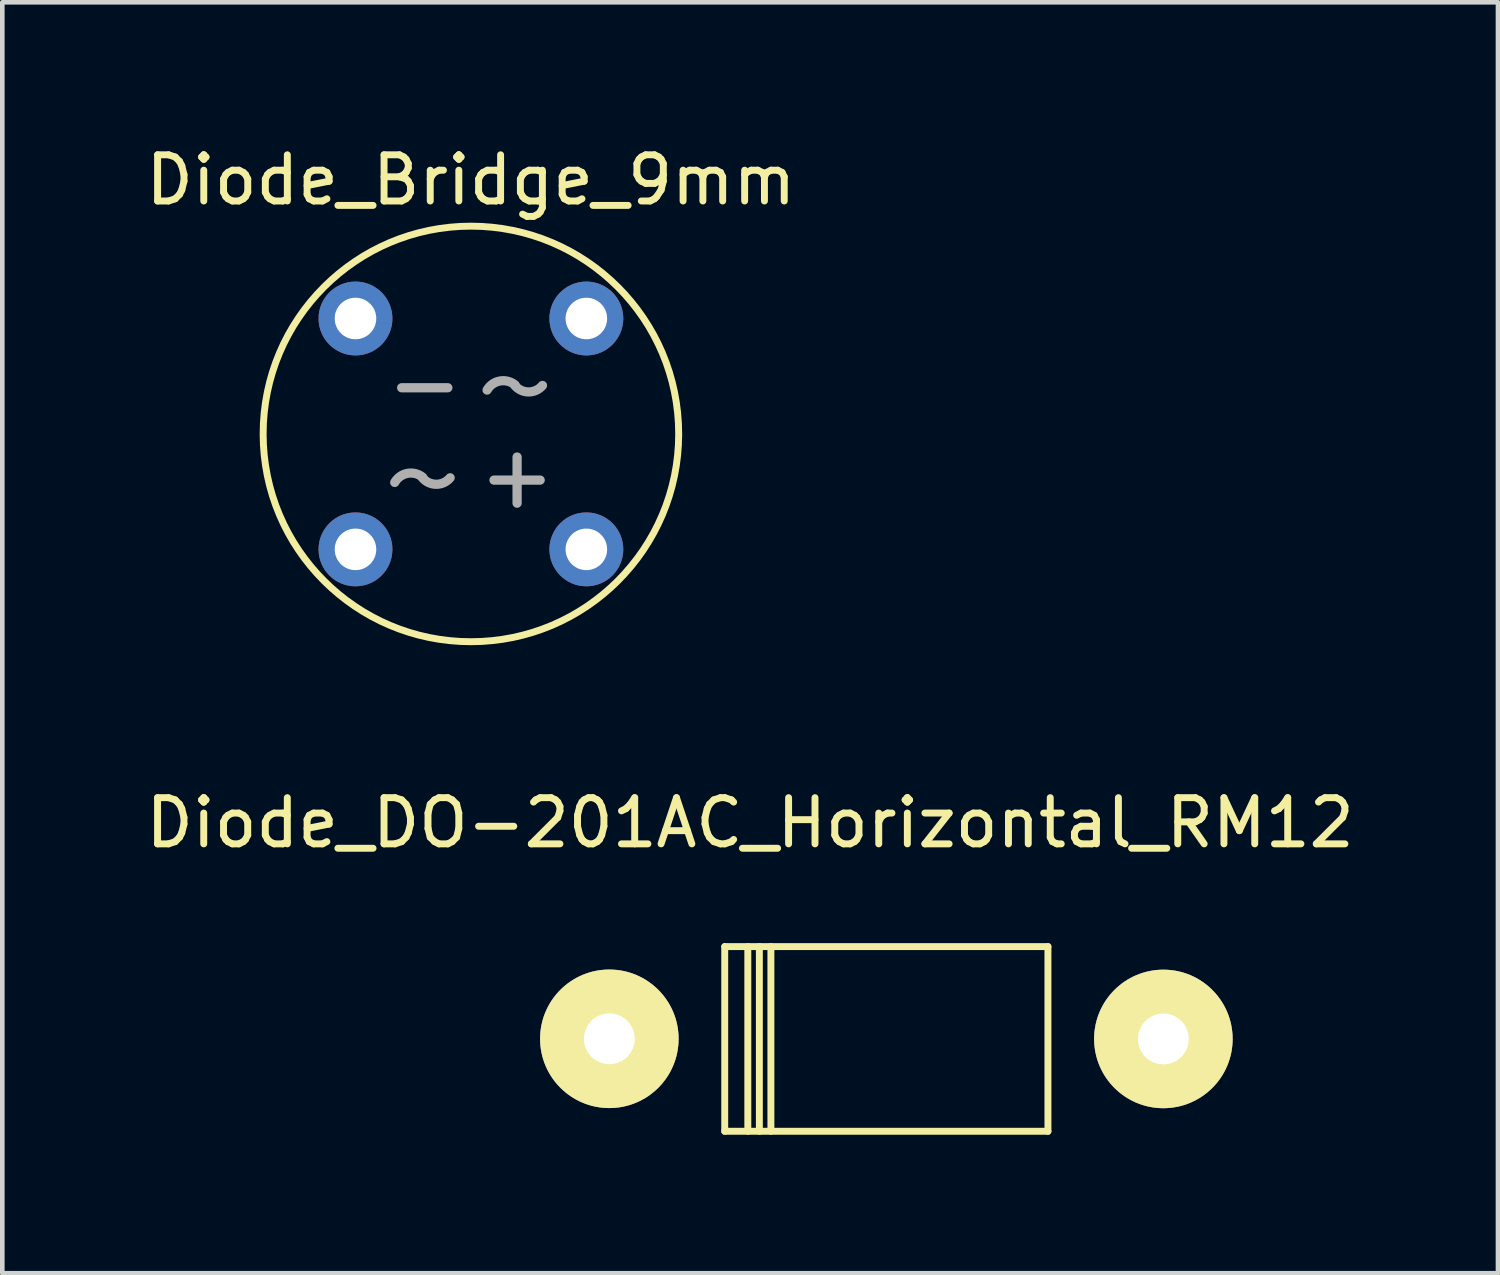
<source format=kicad_pcb>
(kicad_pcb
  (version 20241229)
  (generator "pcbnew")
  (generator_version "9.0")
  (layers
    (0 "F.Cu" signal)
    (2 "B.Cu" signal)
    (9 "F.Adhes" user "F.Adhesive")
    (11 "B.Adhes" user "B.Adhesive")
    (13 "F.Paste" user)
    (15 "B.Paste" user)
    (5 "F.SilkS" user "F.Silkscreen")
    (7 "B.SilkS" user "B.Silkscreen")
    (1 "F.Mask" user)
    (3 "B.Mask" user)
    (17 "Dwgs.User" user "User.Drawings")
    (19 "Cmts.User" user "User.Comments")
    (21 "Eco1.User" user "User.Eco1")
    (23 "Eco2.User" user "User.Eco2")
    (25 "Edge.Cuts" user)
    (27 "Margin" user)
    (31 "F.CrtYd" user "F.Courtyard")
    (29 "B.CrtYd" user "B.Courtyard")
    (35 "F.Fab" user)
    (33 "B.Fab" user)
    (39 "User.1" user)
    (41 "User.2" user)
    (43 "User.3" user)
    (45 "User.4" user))
  (footprint "Diode_DO-201AC_Horizontal_RM12"
    (layer "F.Cu")
    (at 10.146 19.451)
    (property "Reference" "Diode_DO-201AC_Horizontal_RM12" (at 3.05 -4.68 0) (layer "F.SilkS") (effects (font (size 1 1) (thickness 0.15))))
    (attr through_hole)
    (fp_line (start 2.5 -2) (end 9.5 -2) (stroke (width 0.15) (type solid)) (layer "F.SilkS"))
    (fp_line (start 2.5 2) (end 2.5 -2) (stroke (width 0.15) (type solid)) (layer "F.SilkS"))
    (fp_line (start 3 -2) (end 3 2) (stroke (width 0.15) (type solid)) (layer "F.SilkS"))
    (fp_line (start 3.25 -2) (end 3.25 2) (stroke (width 0.15) (type solid)) (layer "F.SilkS"))
    (fp_line (start 3.5 -2) (end 3.5 2) (stroke (width 0.15) (type solid)) (layer "F.SilkS"))
    (fp_line (start 9.5 -2) (end 9.5 2) (stroke (width 0.15) (type solid)) (layer "F.SilkS"))
    (fp_line (start 9.5 2) (end 2.5 2) (stroke (width 0.15) (type solid)) (layer "F.SilkS"))
    (pad "1" thru_hole circle (at 0.001 -0.003 180) (size 3 3) (drill 1.1) (layers "*.Cu" "*.Mask" "F.SilkS"))
    (pad "2" thru_hole circle (at 12 0 180) (size 3 3) (drill 1.1) (layers "*.Cu" "*.Mask" "F.SilkS")))
  (footprint "Diode_Bridge_9mm"
    (layer "F.Cu")
    (at 7.149 6.348)
    (property "Reference" "Diode_Bridge_9mm" (at 0 -5.5 0) (layer "F.SilkS") (effects (font (size 1 1) (thickness 0.15))))
    (attr through_hole)
    (fp_circle (center 0 0) (end 0 -4.5) (stroke (width 0.15) (type solid)) (fill no) (layer "F.SilkS"))
    (fp_line (start -0.5 -1) (end -1.5 -1) (stroke (width 0.2) (type solid)) (layer "F.Fab"))
    (fp_line (start 0.5 1) (end 1.5 1) (stroke (width 0.2) (type solid)) (layer "F.Fab"))
    (fp_line (start 1 0.5) (end 1 1.5) (stroke (width 0.2) (type solid)) (layer "F.Fab"))
    (fp_arc (start -1.65 1.05) (mid -1.371767 0.853327) (end -1.042262 0.940047) (stroke (width 0.2) (type solid)) (layer "F.Fab"))
    (fp_arc (start -0.45 0.95) (mid -0.748675 1.09051) (end -1.048296 0.95203) (stroke (width 0.2) (type solid)) (layer "F.Fab"))
    (fp_arc (start 0.35 -0.95) (mid 0.628233 -1.146673) (end 0.957738 -1.059953) (stroke (width 0.2) (type solid)) (layer "F.Fab"))
    (fp_arc (start 1.55 -1.05) (mid 1.251325 -0.90949) (end 0.951704 -1.04797) (stroke (width 0.2) (type solid)) (layer "F.Fab"))
    (pad "1" thru_hole circle (at -2.5 -2.5) (size 1.6 1.6) (drill 0.9) (layers "*.Cu" "*.Mask"))
    (pad "2" thru_hole circle (at -2.5 2.5) (size 1.6 1.6) (drill 0.9) (layers "*.Cu" "*.Mask"))
    (pad "3" thru_hole circle (at 2.5 2.5) (size 1.6 1.6) (drill 0.9) (layers "*.Cu" "*.Mask"))
    (pad "4" thru_hole circle (at 2.5 -2.5) (size 1.6 1.6) (drill 0.9) (layers "*.Cu" "*.Mask")))
  (gr_rect
    (start -3 -3)
    (end 29.393 24.526)
    (stroke (width 0.1) (type default))
    (fill no)
    (layer "Edge.Cuts")))
</source>
